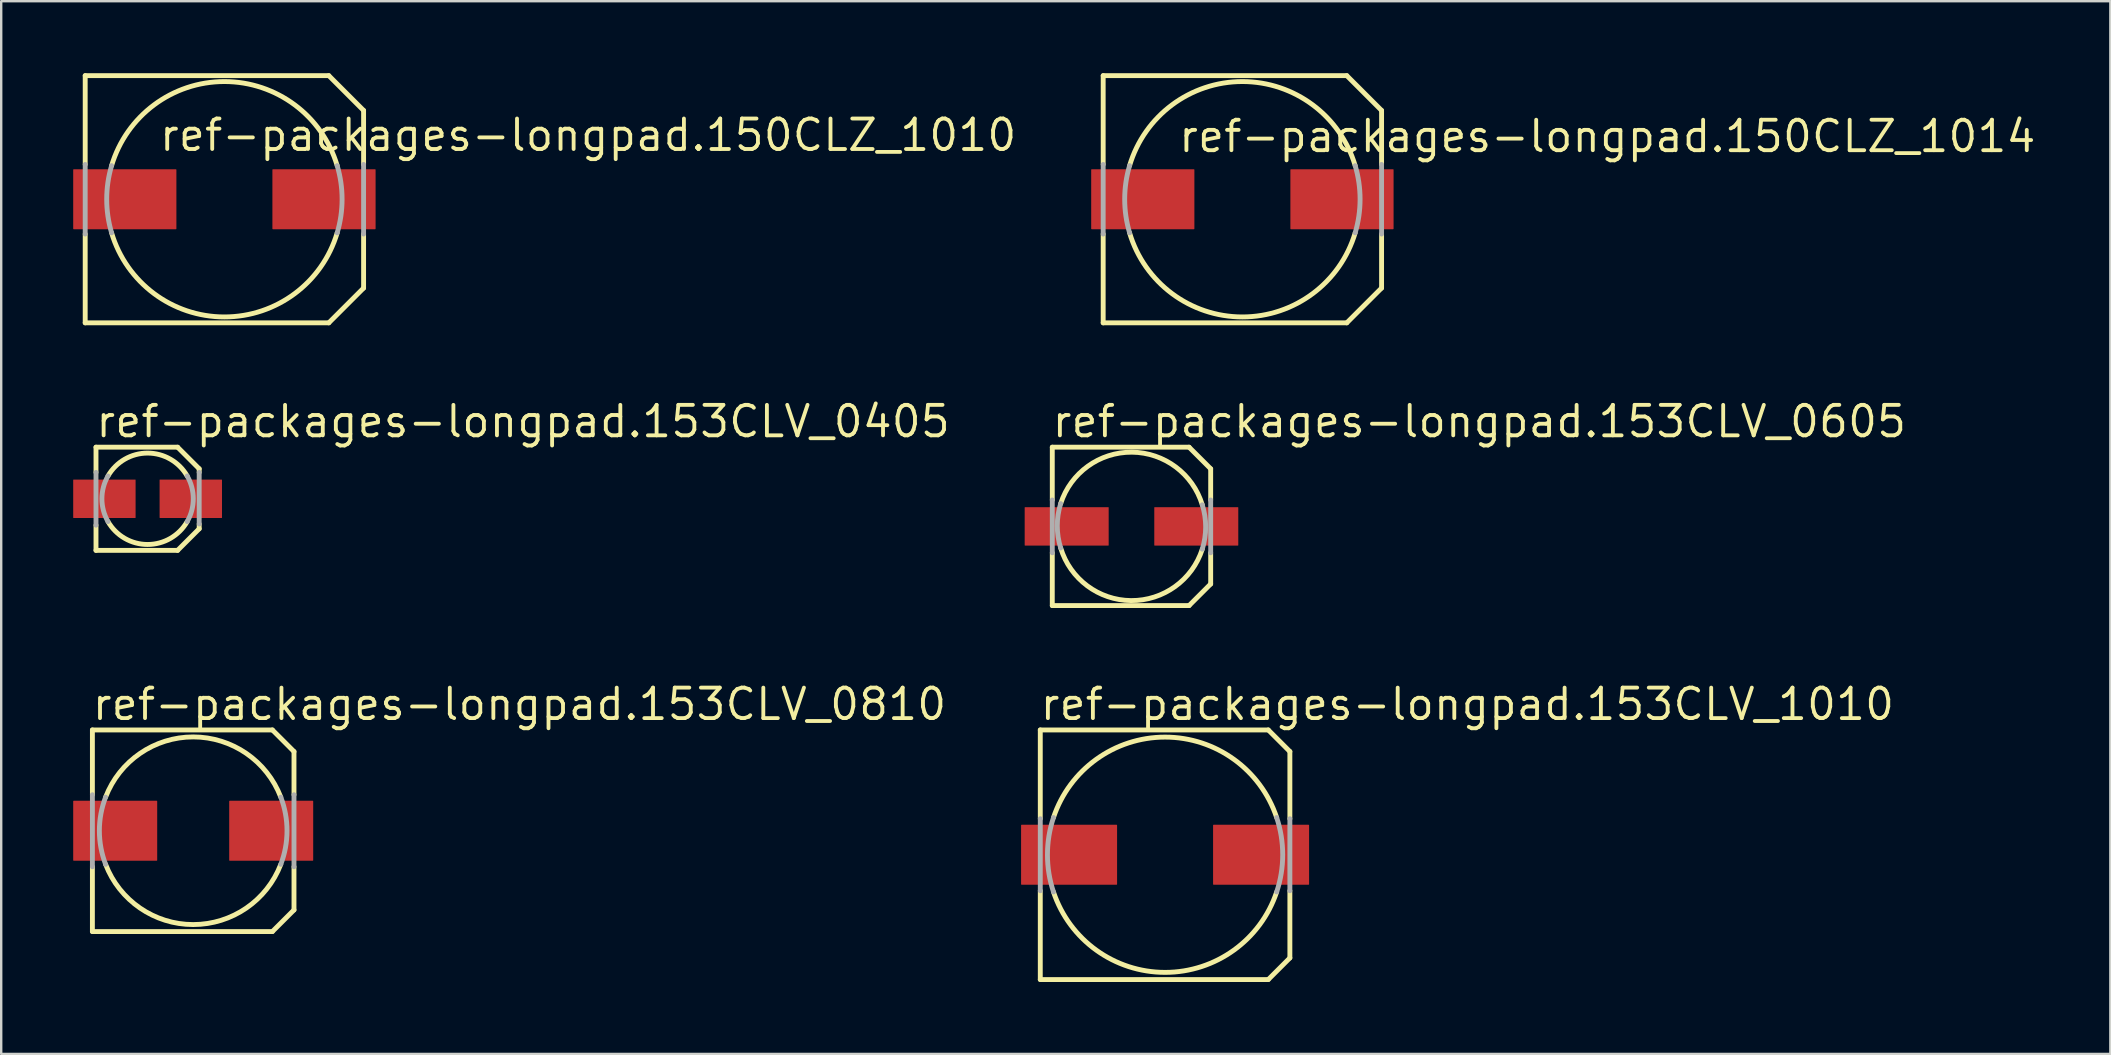
<source format=kicad_pcb>
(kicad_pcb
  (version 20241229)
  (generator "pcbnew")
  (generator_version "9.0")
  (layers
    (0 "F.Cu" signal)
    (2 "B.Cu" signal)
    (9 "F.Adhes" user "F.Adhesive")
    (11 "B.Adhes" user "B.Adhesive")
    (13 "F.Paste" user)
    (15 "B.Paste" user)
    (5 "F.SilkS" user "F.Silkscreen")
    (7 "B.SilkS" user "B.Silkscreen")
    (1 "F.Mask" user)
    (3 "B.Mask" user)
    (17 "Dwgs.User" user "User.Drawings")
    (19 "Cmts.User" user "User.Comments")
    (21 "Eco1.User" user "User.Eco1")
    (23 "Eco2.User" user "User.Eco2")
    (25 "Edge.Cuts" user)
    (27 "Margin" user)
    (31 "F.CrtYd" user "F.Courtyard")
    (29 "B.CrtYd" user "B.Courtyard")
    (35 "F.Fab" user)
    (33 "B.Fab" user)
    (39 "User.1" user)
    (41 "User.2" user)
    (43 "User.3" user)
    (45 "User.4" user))
  (footprint "ref-packages-longpad.153CLV_0405"
    (layer "F.Cu")
    (at 3.1 17.733)
    (property "Reference" "ref-packages-longpad.153CLV_0405" (at -2.24 -2.48 0) (layer "F.SilkS") (effects (font (size 1.27 1.27) (thickness 0.16)) (justify left bottom)))
    (attr smd)
    (fp_line (start -2.15 -2.15) (end 1.25 -2.15) (stroke (width 0.203) (type default)) (layer "F.SilkS"))
    (fp_line (start -2.15 -1.1) (end -2.15 -2.15) (stroke (width 0.203) (type default)) (layer "F.SilkS"))
    (fp_line (start -2.15 2.15) (end -2.15 1.1) (stroke (width 0.203) (type default)) (layer "F.SilkS"))
    (fp_line (start 1.25 -2.15) (end 2.15 -1.25) (stroke (width 0.203) (type default)) (layer "F.SilkS"))
    (fp_line (start 1.25 2.15) (end -2.15 2.15) (stroke (width 0.203) (type default)) (layer "F.SilkS"))
    (fp_line (start 2.15 -1.25) (end 2.15 -1.1) (stroke (width 0.203) (type default)) (layer "F.SilkS"))
    (fp_line (start 2.15 1.05) (end 2.15 1.25) (stroke (width 0.203) (type default)) (layer "F.SilkS"))
    (fp_line (start 2.15 1.25) (end 1.25 2.15) (stroke (width 0.203) (type default)) (layer "F.SilkS"))
    (fp_arc (start -1.65 -0.95) (mid 0 -1.903943) (end 1.65 -0.95) (stroke (width 0.2032) (type default)) (layer "F.SilkS"))
    (fp_arc (start 1.65 0.95) (mid 0 1.903943) (end -1.65 0.95) (stroke (width 0.2032) (type default)) (layer "F.SilkS"))
    (fp_line (start -2.15 1.1) (end -2.15 -1.1) (stroke (width 0.203) (type default)) (layer "F.Fab"))
    (fp_line (start 2.15 -1.1) (end 2.15 1.05) (stroke (width 0.203) (type default)) (layer "F.Fab"))
    (fp_arc (start -1.65 0.95) (mid -1.903943 0) (end -1.65 -0.95) (stroke (width 0.2032) (type default)) (layer "F.Fab"))
    (fp_arc (start 1.65 -0.95) (mid 1.903943 0) (end 1.65 0.95) (stroke (width 0.2032) (type default)) (layer "F.Fab"))
    (pad "+" smd roundrect (at 1.8 0) (size 2.6 1.6) (layers "F.Cu" "F.Mask" "F.Paste") (roundrect_rratio 0.01))
    (pad "-" smd roundrect (at -1.8 0) (size 2.6 1.6) (layers "F.Cu" "F.Mask" "F.Paste") (roundrect_rratio 0.01)))
  (footprint "ref-packages-longpad.153CLV_1010"
    (layer "F.Cu")
    (at 45.496 32.565)
    (property "Reference" "ref-packages-longpad.153CLV_1010" (at -5.29 -5.53 0) (layer "F.SilkS") (effects (font (size 1.27 1.27) (thickness 0.16)) (justify left bottom)))
    (attr smd)
    (fp_line (start -5.2 -5.2) (end 4.3 -5.2) (stroke (width 0.203) (type default)) (layer "F.SilkS"))
    (fp_line (start -5.2 -1.5) (end -5.2 -5.2) (stroke (width 0.203) (type default)) (layer "F.SilkS"))
    (fp_line (start -5.2 5.2) (end -5.2 1.5) (stroke (width 0.203) (type default)) (layer "F.SilkS"))
    (fp_line (start 4.3 -5.2) (end 5.2 -4.3) (stroke (width 0.203) (type default)) (layer "F.SilkS"))
    (fp_line (start 4.3 5.2) (end -5.2 5.2) (stroke (width 0.203) (type default)) (layer "F.SilkS"))
    (fp_line (start 5.2 -4.3) (end 5.2 -1.5) (stroke (width 0.203) (type default)) (layer "F.SilkS"))
    (fp_line (start 5.2 1.5) (end 5.2 4.3) (stroke (width 0.203) (type default)) (layer "F.SilkS"))
    (fp_line (start 5.2 4.3) (end 4.3 5.2) (stroke (width 0.203) (type default)) (layer "F.SilkS"))
    (fp_arc (start -4.65 -1.55) (mid 0 -4.90153) (end 4.65 -1.55) (stroke (width 0.2032) (type default)) (layer "F.SilkS"))
    (fp_arc (start 4.65 1.55) (mid 0 4.90153) (end -4.65 1.55) (stroke (width 0.2032) (type default)) (layer "F.SilkS"))
    (fp_line (start -5.2 1.5) (end -5.2 -1.5) (stroke (width 0.203) (type default)) (layer "F.Fab"))
    (fp_line (start 5.2 -1.5) (end 5.2 1.5) (stroke (width 0.203) (type default)) (layer "F.Fab"))
    (fp_arc (start -4.65 1.55) (mid -4.90153 0) (end -4.65 -1.55) (stroke (width 0.2032) (type default)) (layer "F.Fab"))
    (fp_arc (start 4.65 -1.55) (mid 4.90153 0) (end 4.65 1.55) (stroke (width 0.2032) (type default)) (layer "F.Fab"))
    (pad "+" smd roundrect (at 4 0) (size 4 2.5) (layers "F.Cu" "F.Mask" "F.Paste") (roundrect_rratio 0.01))
    (pad "-" smd roundrect (at -4 0) (size 4 2.5) (layers "F.Cu" "F.Mask" "F.Paste") (roundrect_rratio 0.01)))
  (footprint "ref-packages-longpad.150CLZ_1014"
    (layer "F.Cu")
    (at 48.717 5.252)
    (property "Reference" "ref-packages-longpad.150CLZ_1014" (at -2.74 -1.88 0) (layer "F.SilkS") (effects (font (size 1.27 1.27) (thickness 0.16)) (justify left bottom)))
    (attr smd)
    (fp_line (start -5.8 -5.15) (end 4.35 -5.15) (stroke (width 0.203) (type default)) (layer "F.SilkS"))
    (fp_line (start -5.8 -1.45) (end -5.8 -5.15) (stroke (width 0.203) (type default)) (layer "F.SilkS"))
    (fp_line (start -5.8 5.15) (end -5.8 1.45) (stroke (width 0.203) (type default)) (layer "F.SilkS"))
    (fp_line (start 4.35 5.15) (end -5.8 5.15) (stroke (width 0.203) (type default)) (layer "F.SilkS"))
    (fp_line (start 5.8 -3.7) (end 4.35 -5.15) (stroke (width 0.203) (type default)) (layer "F.SilkS"))
    (fp_line (start 5.8 -3.7) (end 5.8 -1.45) (stroke (width 0.203) (type default)) (layer "F.SilkS"))
    (fp_line (start 5.8 1.45) (end 5.8 3.7) (stroke (width 0.203) (type default)) (layer "F.SilkS"))
    (fp_line (start 5.8 3.7) (end 4.35 5.15) (stroke (width 0.203) (type default)) (layer "F.SilkS"))
    (fp_arc (start -4.7 -1.4) (mid 0 -4.90408) (end 4.7 -1.4) (stroke (width 0.2032) (type default)) (layer "F.SilkS"))
    (fp_arc (start 4.7 1.4) (mid 0 4.90408) (end -4.7 1.4) (stroke (width 0.2032) (type default)) (layer "F.SilkS"))
    (fp_line (start -5.8 1.45) (end -5.8 -1.45) (stroke (width 0.203) (type default)) (layer "F.Fab"))
    (fp_line (start 5.8 -1.45) (end 5.8 1.45) (stroke (width 0.203) (type default)) (layer "F.Fab"))
    (fp_arc (start -4.7 1.4) (mid -4.90408 0) (end -4.7 -1.4) (stroke (width 0.2032) (type default)) (layer "F.Fab"))
    (fp_arc (start 4.7 -1.4) (mid 4.90408 0) (end 4.7 1.4) (stroke (width 0.2032) (type default)) (layer "F.Fab"))
    (pad "+" smd roundrect (at 4.15 0) (size 4.3 2.5) (layers "F.Cu" "F.Mask" "F.Paste") (roundrect_rratio 0.01))
    (pad "-" smd roundrect (at -4.15 0) (size 4.3 2.5) (layers "F.Cu" "F.Mask" "F.Paste") (roundrect_rratio 0.01)))
  (footprint "ref-packages-longpad.150CLZ_1010"
    (layer "F.Cu")
    (at 6.3 5.252)
    (property "Reference" "ref-packages-longpad.150CLZ_1010" (at -2.79 -1.93 0) (layer "F.SilkS") (effects (font (size 1.27 1.27) (thickness 0.16)) (justify left bottom)))
    (attr smd)
    (fp_line (start -5.8 -5.15) (end 4.35 -5.15) (stroke (width 0.203) (type default)) (layer "F.SilkS"))
    (fp_line (start -5.8 -1.45) (end -5.8 -5.15) (stroke (width 0.203) (type default)) (layer "F.SilkS"))
    (fp_line (start -5.8 5.15) (end -5.8 1.45) (stroke (width 0.203) (type default)) (layer "F.SilkS"))
    (fp_line (start 4.35 5.15) (end -5.8 5.15) (stroke (width 0.203) (type default)) (layer "F.SilkS"))
    (fp_line (start 5.8 -3.7) (end 4.35 -5.15) (stroke (width 0.203) (type default)) (layer "F.SilkS"))
    (fp_line (start 5.8 -3.7) (end 5.8 -1.45) (stroke (width 0.203) (type default)) (layer "F.SilkS"))
    (fp_line (start 5.8 1.45) (end 5.8 3.7) (stroke (width 0.203) (type default)) (layer "F.SilkS"))
    (fp_line (start 5.8 3.7) (end 4.35 5.15) (stroke (width 0.203) (type default)) (layer "F.SilkS"))
    (fp_arc (start -4.7 -1.4) (mid 0 -4.90408) (end 4.7 -1.4) (stroke (width 0.2032) (type default)) (layer "F.SilkS"))
    (fp_arc (start 4.7 1.4) (mid 0 4.90408) (end -4.7 1.4) (stroke (width 0.2032) (type default)) (layer "F.SilkS"))
    (fp_line (start -5.8 1.45) (end -5.8 -1.45) (stroke (width 0.203) (type default)) (layer "F.Fab"))
    (fp_line (start 5.8 -1.45) (end 5.8 1.45) (stroke (width 0.203) (type default)) (layer "F.Fab"))
    (fp_arc (start -4.7 1.4) (mid -4.90408 0) (end -4.7 -1.4) (stroke (width 0.2032) (type default)) (layer "F.Fab"))
    (fp_arc (start 4.7 -1.4) (mid 4.90408 0) (end 4.7 1.4) (stroke (width 0.2032) (type default)) (layer "F.Fab"))
    (pad "+" smd roundrect (at 4.15 0) (size 4.3 2.5) (layers "F.Cu" "F.Mask" "F.Paste") (roundrect_rratio 0.01))
    (pad "-" smd roundrect (at -4.15 0) (size 4.3 2.5) (layers "F.Cu" "F.Mask" "F.Paste") (roundrect_rratio 0.01)))
  (footprint "ref-packages-longpad.153CLV_0605"
    (layer "F.Cu")
    (at 44.096 18.883)
    (property "Reference" "ref-packages-longpad.153CLV_0605" (at -3.39 -3.63 0) (layer "F.SilkS") (effects (font (size 1.27 1.27) (thickness 0.16)) (justify left bottom)))
    (attr smd)
    (fp_line (start -3.3 -3.3) (end 2.4 -3.3) (stroke (width 0.203) (type default)) (layer "F.SilkS"))
    (fp_line (start -3.3 -1.1) (end -3.3 -3.3) (stroke (width 0.203) (type default)) (layer "F.SilkS"))
    (fp_line (start -3.3 3.3) (end -3.3 1.1) (stroke (width 0.203) (type default)) (layer "F.SilkS"))
    (fp_line (start 2.4 -3.3) (end 3.3 -2.4) (stroke (width 0.203) (type default)) (layer "F.SilkS"))
    (fp_line (start 2.4 3.3) (end -3.3 3.3) (stroke (width 0.203) (type default)) (layer "F.SilkS"))
    (fp_line (start 3.3 -2.4) (end 3.3 -1.1) (stroke (width 0.203) (type default)) (layer "F.SilkS"))
    (fp_line (start 3.3 1.1) (end 3.3 2.4) (stroke (width 0.203) (type default)) (layer "F.SilkS"))
    (fp_line (start 3.3 2.4) (end 2.4 3.3) (stroke (width 0.203) (type default)) (layer "F.SilkS"))
    (fp_arc (start -2.95 -0.95) (mid 0.018361 -3.091622) (end 2.95 -0.9) (stroke (width 0.2032) (type default)) (layer "F.SilkS"))
    (fp_arc (start 2.95 0.95) (mid -0.018361 3.091622) (end -2.95 0.9) (stroke (width 0.2032) (type default)) (layer "F.SilkS"))
    (fp_line (start -3.3 1.1) (end -3.3 -1.1) (stroke (width 0.203) (type default)) (layer "F.Fab"))
    (fp_line (start 3.3 -1.1) (end 3.3 1.1) (stroke (width 0.203) (type default)) (layer "F.Fab"))
    (fp_arc (start -2.95 0.9) (mid -3.091622 -0.025) (end -2.95 -0.95) (stroke (width 0.2032) (type default)) (layer "F.Fab"))
    (fp_arc (start 2.95 -0.9) (mid 3.091622 0.025) (end 2.95 0.95) (stroke (width 0.2032) (type default)) (layer "F.Fab"))
    (pad "+" smd roundrect (at 2.7 0) (size 3.5 1.6) (layers "F.Cu" "F.Mask" "F.Paste") (roundrect_rratio 0.01))
    (pad "-" smd roundrect (at -2.7 0) (size 3.5 1.6) (layers "F.Cu" "F.Mask" "F.Paste") (roundrect_rratio 0.01)))
  (footprint "ref-packages-longpad.153CLV_0810"
    (layer "F.Cu")
    (at 5 31.565)
    (property "Reference" "ref-packages-longpad.153CLV_0810" (at -4.29 -4.53 0) (layer "F.SilkS") (effects (font (size 1.27 1.27) (thickness 0.16)) (justify left bottom)))
    (attr smd)
    (fp_line (start -4.2 -4.2) (end 3.3 -4.2) (stroke (width 0.203) (type default)) (layer "F.SilkS"))
    (fp_line (start -4.2 -1.5) (end -4.2 -4.2) (stroke (width 0.203) (type default)) (layer "F.SilkS"))
    (fp_line (start -4.2 4.2) (end -4.2 1.5) (stroke (width 0.203) (type default)) (layer "F.SilkS"))
    (fp_line (start 3.3 -4.2) (end 4.2 -3.3) (stroke (width 0.203) (type default)) (layer "F.SilkS"))
    (fp_line (start 3.3 4.2) (end -4.2 4.2) (stroke (width 0.203) (type default)) (layer "F.SilkS"))
    (fp_line (start 4.2 -3.3) (end 4.2 -1.5) (stroke (width 0.203) (type default)) (layer "F.SilkS"))
    (fp_line (start 4.2 1.5) (end 4.2 3.3) (stroke (width 0.203) (type default)) (layer "F.SilkS"))
    (fp_line (start 4.2 3.3) (end 3.3 4.2) (stroke (width 0.203) (type default)) (layer "F.SilkS"))
    (fp_arc (start -3.65 -1.4) (mid 0 -3.909284) (end 3.65 -1.4) (stroke (width 0.2032) (type default)) (layer "F.SilkS"))
    (fp_arc (start 3.65 1.4) (mid 0 3.909284) (end -3.65 1.4) (stroke (width 0.2032) (type default)) (layer "F.SilkS"))
    (fp_line (start -4.2 1.5) (end -4.2 -1.5) (stroke (width 0.203) (type default)) (layer "F.Fab"))
    (fp_line (start 4.2 -1.5) (end 4.2 1.5) (stroke (width 0.203) (type default)) (layer "F.Fab"))
    (fp_arc (start -3.65 1.4) (mid -3.909284 0) (end -3.65 -1.4) (stroke (width 0.2032) (type default)) (layer "F.Fab"))
    (fp_arc (start 3.65 -1.4) (mid 3.909284 0) (end 3.65 1.4) (stroke (width 0.2032) (type default)) (layer "F.Fab"))
    (pad "+" smd roundrect (at 3.25 0) (size 3.5 2.5) (layers "F.Cu" "F.Mask" "F.Paste") (roundrect_rratio 0.01))
    (pad "-" smd roundrect (at -3.25 0) (size 3.5 2.5) (layers "F.Cu" "F.Mask" "F.Paste") (roundrect_rratio 0.01)))
  (gr_rect
    (start -3 -3)
    (end 84.884 40.866)
    (stroke (width 0.1) (type default))
    (fill no)
    (layer "Edge.Cuts")))
</source>
